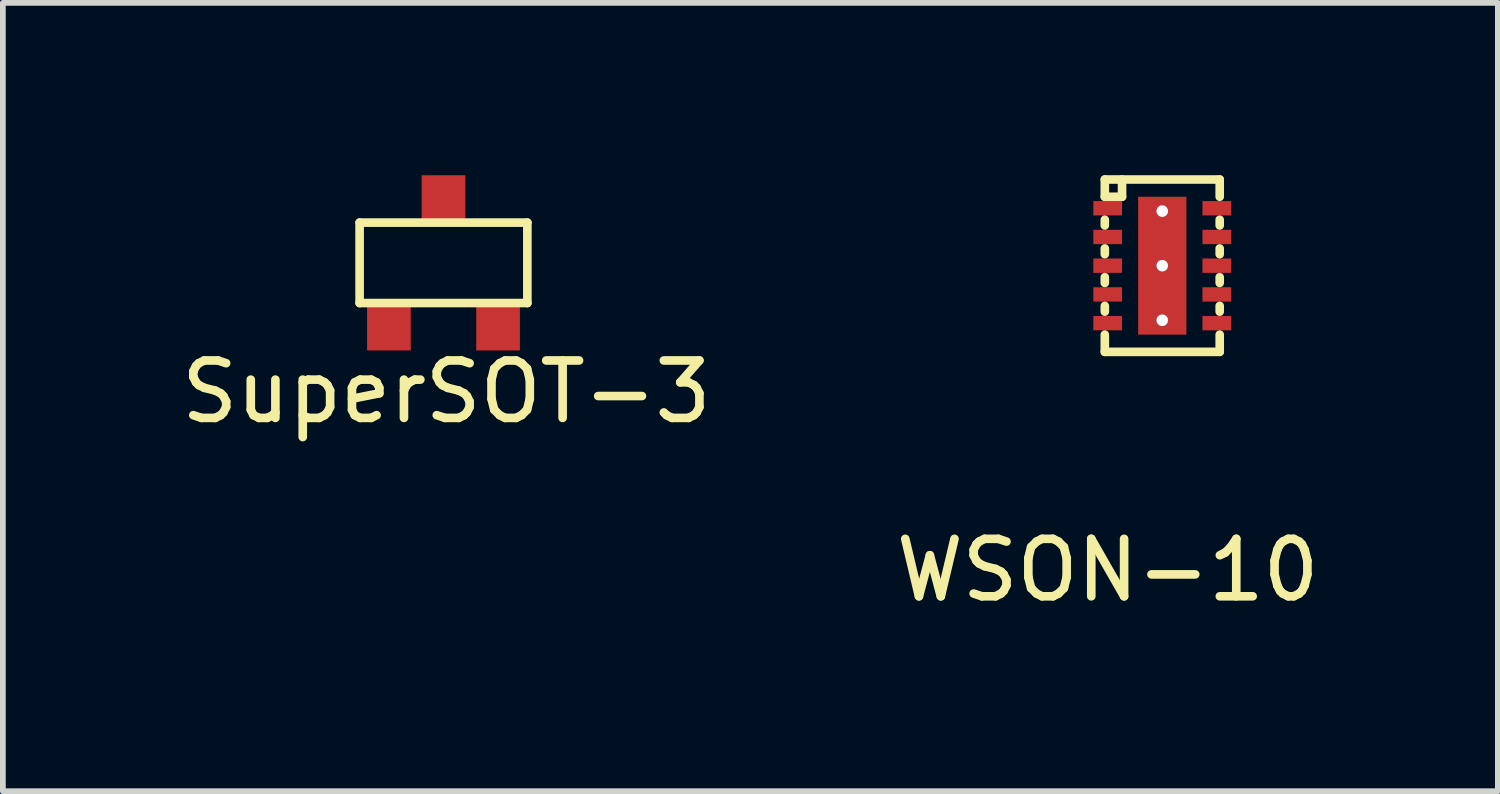
<source format=kicad_pcb>
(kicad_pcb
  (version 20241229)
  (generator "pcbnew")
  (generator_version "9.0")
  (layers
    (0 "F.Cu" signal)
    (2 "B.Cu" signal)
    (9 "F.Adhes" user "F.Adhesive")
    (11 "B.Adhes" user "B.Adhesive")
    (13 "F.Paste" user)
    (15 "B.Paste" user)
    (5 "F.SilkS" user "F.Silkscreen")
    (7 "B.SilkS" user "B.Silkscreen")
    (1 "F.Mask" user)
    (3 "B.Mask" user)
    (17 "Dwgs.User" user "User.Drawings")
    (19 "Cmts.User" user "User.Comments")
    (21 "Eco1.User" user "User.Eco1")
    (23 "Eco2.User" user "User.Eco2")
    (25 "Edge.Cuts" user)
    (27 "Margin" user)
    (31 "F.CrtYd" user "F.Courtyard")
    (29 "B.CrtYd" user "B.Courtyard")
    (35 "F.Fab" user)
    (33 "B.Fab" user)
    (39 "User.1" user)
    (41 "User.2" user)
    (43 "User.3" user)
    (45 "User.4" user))
  (footprint "WSON-10"
    (layer "F.Cu")
    (at 16.232 0.575)
    (property "Reference" "WSON-10" (at 0 6.3 0) (layer "F.SilkS") (effects (font (size 1 1) (thickness 0.15))))
    (attr through_hole)
    (fp_line (start -0.05 -0.5) (end 1.95 -0.5) (stroke (width 0.15) (type solid)) (layer "F.SilkS"))
    (fp_line (start -0.05 -0.2) (end -0.05 -0.5) (stroke (width 0.15) (type solid)) (layer "F.SilkS"))
    (fp_line (start -0.05 0.3) (end -0.05 0.2) (stroke (width 0.15) (type solid)) (layer "F.SilkS"))
    (fp_line (start -0.05 0.8) (end -0.05 0.7) (stroke (width 0.15) (type solid)) (layer "F.SilkS"))
    (fp_line (start -0.05 1.3) (end -0.05 1.2) (stroke (width 0.15) (type solid)) (layer "F.SilkS"))
    (fp_line (start -0.05 1.8) (end -0.05 1.7) (stroke (width 0.15) (type solid)) (layer "F.SilkS"))
    (fp_line (start -0.05 2.5) (end -0.05 2.2) (stroke (width 0.15) (type solid)) (layer "F.SilkS"))
    (fp_line (start 0.25 -0.5) (end 0.25 -0.2) (stroke (width 0.15) (type solid)) (layer "F.SilkS"))
    (fp_line (start 0.25 -0.2) (end -0.05 -0.2) (stroke (width 0.15) (type solid)) (layer "F.SilkS"))
    (fp_line (start 1.95 -0.5) (end 1.95 -0.2) (stroke (width 0.15) (type solid)) (layer "F.SilkS"))
    (fp_line (start 1.95 0.2) (end 1.95 0.3) (stroke (width 0.15) (type solid)) (layer "F.SilkS"))
    (fp_line (start 1.95 0.7) (end 1.95 0.8) (stroke (width 0.15) (type solid)) (layer "F.SilkS"))
    (fp_line (start 1.95 1.2) (end 1.95 1.3) (stroke (width 0.15) (type solid)) (layer "F.SilkS"))
    (fp_line (start 1.95 1.7) (end 1.95 1.8) (stroke (width 0.15) (type solid)) (layer "F.SilkS"))
    (fp_line (start 1.95 2.2) (end 1.95 2.5) (stroke (width 0.15) (type solid)) (layer "F.SilkS"))
    (fp_line (start 1.95 2.5) (end -0.05 2.5) (stroke (width 0.15) (type solid)) (layer "F.SilkS"))
    (pad "" thru_hole circle (at 0.95 0.05) (size 0.2 0.2) (drill 0.2) (layers "*.Cu"))
    (pad "" smd rect (at 0.95 0.4) (size 0.84 1) (layers "F.Paste"))
    (pad "" thru_hole circle (at 0.95 1) (size 0.2 0.2) (drill 0.2) (layers "*.Cu"))
    (pad "" smd rect (at 0.95 1.6) (size 0.84 1) (layers "F.Paste"))
    (pad "" thru_hole circle (at 0.95 1.95) (size 0.2 0.2) (drill 0.2) (layers "*.Cu"))
    (pad "1" smd rect (at 0 0) (size 0.5 0.25) (layers "F.Cu" "F.Mask" "F.Paste"))
    (pad "2" smd rect (at 0 0.5) (size 0.5 0.25) (layers "F.Cu" "F.Mask" "F.Paste"))
    (pad "3" smd rect (at 0 1) (size 0.5 0.25) (layers "F.Cu" "F.Mask" "F.Paste"))
    (pad "4" smd rect (at 0 1.5) (size 0.5 0.25) (layers "F.Cu" "F.Mask" "F.Paste"))
    (pad "5" smd rect (at 0 2) (size 0.5 0.25) (layers "F.Cu" "F.Mask" "F.Paste"))
    (pad "6" smd rect (at 1.9 2) (size 0.5 0.25) (layers "F.Cu" "F.Mask" "F.Paste"))
    (pad "7" smd rect (at 1.9 1.5) (size 0.5 0.25) (layers "F.Cu" "F.Mask" "F.Paste"))
    (pad "8" smd rect (at 1.9 1) (size 0.5 0.25) (layers "F.Cu" "F.Mask" "F.Paste"))
    (pad "9" smd rect (at 1.9 0.5) (size 0.5 0.25) (layers "F.Cu" "F.Mask" "F.Paste"))
    (pad "10" smd rect (at 1.9 0) (size 0.5 0.25) (layers "F.Cu" "F.Mask" "F.Paste"))
    (pad "11" smd rect (at 0.95 1) (size 0.84 2.4) (layers "F.Cu" "F.Mask")))
  (footprint "SuperSOT-3"
    (layer "F.Cu")
    (at 3.72 2.67)
    (property "Reference" "SuperSOT-3" (at 1 1.1 0) (layer "F.SilkS") (effects (font (size 1 1) (thickness 0.15))))
    (attr through_hole)
    (fp_line (start -0.51 -1.845) (end 2.41 -1.845) (stroke (width 0.15) (type solid)) (layer "F.SilkS"))
    (fp_line (start -0.51 -0.445) (end -0.51 -1.845) (stroke (width 0.15) (type solid)) (layer "F.SilkS"))
    (fp_line (start -0.51 -0.445) (end 2.41 -0.445) (stroke (width 0.15) (type solid)) (layer "F.SilkS"))
    (fp_line (start 2.41 -0.445) (end 2.41 -1.845) (stroke (width 0.15) (type solid)) (layer "F.SilkS"))
    (pad "1" smd rect (at 0 0) (size 0.76 0.76) (layers "F.Cu" "F.Mask" "F.Paste"))
    (pad "2" smd rect (at 0.95 -2.29) (size 0.76 0.76) (layers "F.Cu" "F.Mask" "F.Paste"))
    (pad "3" smd rect (at 1.9 0) (size 0.76 0.76) (layers "F.Cu" "F.Mask" "F.Paste")))
  (gr_rect
    (start -3 -3)
    (end 23.024 10.723)
    (stroke (width 0.1) (type default))
    (fill no)
    (layer "Edge.Cuts")))
</source>
